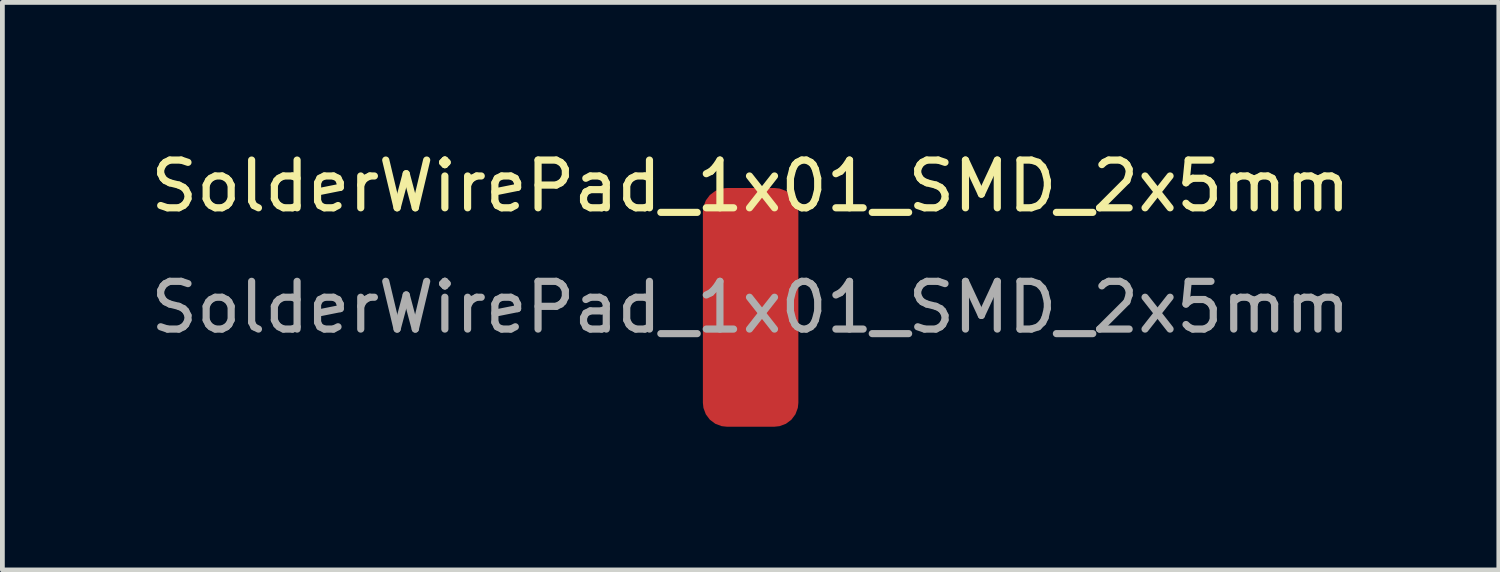
<source format=kicad_pcb>
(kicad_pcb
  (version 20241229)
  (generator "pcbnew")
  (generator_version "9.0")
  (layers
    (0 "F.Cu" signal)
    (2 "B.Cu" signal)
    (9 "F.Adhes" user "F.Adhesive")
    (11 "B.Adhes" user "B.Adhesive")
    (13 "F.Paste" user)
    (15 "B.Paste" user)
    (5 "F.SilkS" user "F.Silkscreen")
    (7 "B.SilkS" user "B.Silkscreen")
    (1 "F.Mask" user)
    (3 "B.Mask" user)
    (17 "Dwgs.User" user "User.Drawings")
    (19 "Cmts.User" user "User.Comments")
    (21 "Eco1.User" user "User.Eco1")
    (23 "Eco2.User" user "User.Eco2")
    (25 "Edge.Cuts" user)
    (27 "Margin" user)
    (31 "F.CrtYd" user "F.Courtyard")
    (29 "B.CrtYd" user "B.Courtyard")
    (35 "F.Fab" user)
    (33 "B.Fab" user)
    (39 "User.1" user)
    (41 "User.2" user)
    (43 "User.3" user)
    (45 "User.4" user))
  (footprint "SolderWirePad_1x01_SMD_2x5mm"
    (layer "F.Cu")
    (at 12.673 3.388)
    (property "Reference" "SolderWirePad_1x01_SMD_2x5mm" (at 0 -2.54 0) (layer "F.SilkS") (effects (font (size 1 1) (thickness 0.15))))
    (attr exclude_from_pos_files)
    (fp_text user "${REFERENCE}" (at 0 0 0) (layer "F.Fab") (effects (font (size 1 1) (thickness 0.15))))
    (pad "1" smd roundrect (at 0 0) (size 2 5) (layers "F.Cu" "F.Mask" "F.Paste") (roundrect_rratio 0.25)))
  (gr_rect
    (start -3 -3)
    (end 28.345 8.888)
    (stroke (width 0.1) (type default))
    (fill no)
    (layer "Edge.Cuts")))
</source>
